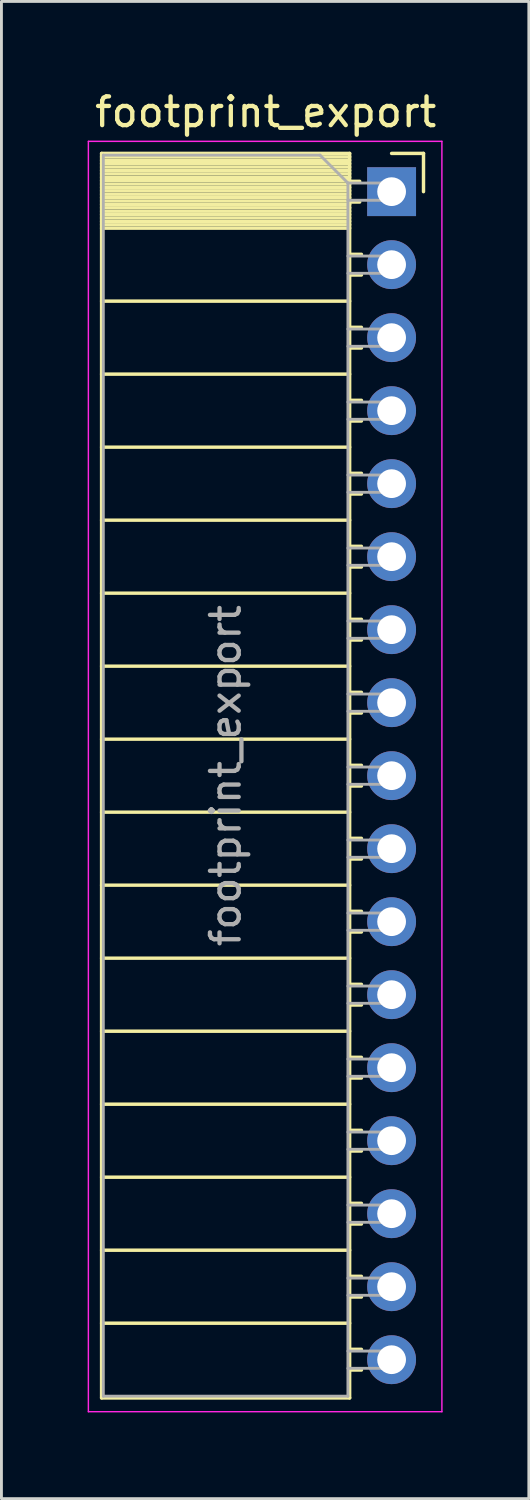
<source format=kicad_pcb>
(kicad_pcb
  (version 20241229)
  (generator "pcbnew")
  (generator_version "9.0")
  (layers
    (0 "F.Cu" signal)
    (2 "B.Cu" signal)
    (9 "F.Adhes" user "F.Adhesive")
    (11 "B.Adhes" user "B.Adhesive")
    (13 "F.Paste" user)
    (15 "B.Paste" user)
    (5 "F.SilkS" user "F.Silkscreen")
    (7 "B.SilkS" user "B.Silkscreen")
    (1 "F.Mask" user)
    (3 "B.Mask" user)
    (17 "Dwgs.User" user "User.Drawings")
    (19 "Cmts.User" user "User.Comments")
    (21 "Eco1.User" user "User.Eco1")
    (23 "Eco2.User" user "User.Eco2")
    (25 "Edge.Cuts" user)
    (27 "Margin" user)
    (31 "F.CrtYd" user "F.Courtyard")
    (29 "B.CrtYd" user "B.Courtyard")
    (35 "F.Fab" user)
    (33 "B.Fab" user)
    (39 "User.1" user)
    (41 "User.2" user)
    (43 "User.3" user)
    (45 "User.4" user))
  (footprint "footprint_export"
    (layer "F.Cu")
    (at 10.575 3.618)
    (property "Reference" "footprint_export" (at -4.38 -2.77 0) (layer "F.SilkS") (effects (font (size 1 1) (thickness 0.15))))
    (attr through_hole)
    (fp_line (start -10.09 -1.33) (end -10.09 41.97) (stroke (width 0.12) (type solid)) (layer "F.SilkS"))
    (fp_line (start -10.09 -1.33) (end -1.46 -1.33) (stroke (width 0.12) (type solid)) (layer "F.SilkS"))
    (fp_line (start -10.09 -1.21) (end -1.46 -1.21) (stroke (width 0.12) (type solid)) (layer "F.SilkS"))
    (fp_line (start -10.09 -1.092) (end -1.46 -1.092) (stroke (width 0.12) (type solid)) (layer "F.SilkS"))
    (fp_line (start -10.09 -0.974) (end -1.46 -0.974) (stroke (width 0.12) (type solid)) (layer "F.SilkS"))
    (fp_line (start -10.09 -0.856) (end -1.46 -0.856) (stroke (width 0.12) (type solid)) (layer "F.SilkS"))
    (fp_line (start -10.09 -0.738) (end -1.46 -0.738) (stroke (width 0.12) (type solid)) (layer "F.SilkS"))
    (fp_line (start -10.09 -0.62) (end -1.46 -0.62) (stroke (width 0.12) (type solid)) (layer "F.SilkS"))
    (fp_line (start -10.09 -0.501) (end -1.46 -0.501) (stroke (width 0.12) (type solid)) (layer "F.SilkS"))
    (fp_line (start -10.09 -0.383) (end -1.46 -0.383) (stroke (width 0.12) (type solid)) (layer "F.SilkS"))
    (fp_line (start -10.09 -0.265) (end -1.46 -0.265) (stroke (width 0.12) (type solid)) (layer "F.SilkS"))
    (fp_line (start -10.09 -0.147) (end -1.46 -0.147) (stroke (width 0.12) (type solid)) (layer "F.SilkS"))
    (fp_line (start -10.09 -0.029) (end -1.46 -0.029) (stroke (width 0.12) (type solid)) (layer "F.SilkS"))
    (fp_line (start -10.09 0.089) (end -1.46 0.089) (stroke (width 0.12) (type solid)) (layer "F.SilkS"))
    (fp_line (start -10.09 0.207) (end -1.46 0.207) (stroke (width 0.12) (type solid)) (layer "F.SilkS"))
    (fp_line (start -10.09 0.325) (end -1.46 0.325) (stroke (width 0.12) (type solid)) (layer "F.SilkS"))
    (fp_line (start -10.09 0.443) (end -1.46 0.443) (stroke (width 0.12) (type solid)) (layer "F.SilkS"))
    (fp_line (start -10.09 0.561) (end -1.46 0.561) (stroke (width 0.12) (type solid)) (layer "F.SilkS"))
    (fp_line (start -10.09 0.68) (end -1.46 0.68) (stroke (width 0.12) (type solid)) (layer "F.SilkS"))
    (fp_line (start -10.09 0.798) (end -1.46 0.798) (stroke (width 0.12) (type solid)) (layer "F.SilkS"))
    (fp_line (start -10.09 0.916) (end -1.46 0.916) (stroke (width 0.12) (type solid)) (layer "F.SilkS"))
    (fp_line (start -10.09 1.034) (end -1.46 1.034) (stroke (width 0.12) (type solid)) (layer "F.SilkS"))
    (fp_line (start -10.09 1.152) (end -1.46 1.152) (stroke (width 0.12) (type solid)) (layer "F.SilkS"))
    (fp_line (start -10.09 1.27) (end -1.46 1.27) (stroke (width 0.12) (type solid)) (layer "F.SilkS"))
    (fp_line (start -10.09 3.81) (end -1.46 3.81) (stroke (width 0.12) (type solid)) (layer "F.SilkS"))
    (fp_line (start -10.09 6.35) (end -1.46 6.35) (stroke (width 0.12) (type solid)) (layer "F.SilkS"))
    (fp_line (start -10.09 8.89) (end -1.46 8.89) (stroke (width 0.12) (type solid)) (layer "F.SilkS"))
    (fp_line (start -10.09 11.43) (end -1.46 11.43) (stroke (width 0.12) (type solid)) (layer "F.SilkS"))
    (fp_line (start -10.09 13.97) (end -1.46 13.97) (stroke (width 0.12) (type solid)) (layer "F.SilkS"))
    (fp_line (start -10.09 16.51) (end -1.46 16.51) (stroke (width 0.12) (type solid)) (layer "F.SilkS"))
    (fp_line (start -10.09 19.05) (end -1.46 19.05) (stroke (width 0.12) (type solid)) (layer "F.SilkS"))
    (fp_line (start -10.09 21.59) (end -1.46 21.59) (stroke (width 0.12) (type solid)) (layer "F.SilkS"))
    (fp_line (start -10.09 24.13) (end -1.46 24.13) (stroke (width 0.12) (type solid)) (layer "F.SilkS"))
    (fp_line (start -10.09 26.67) (end -1.46 26.67) (stroke (width 0.12) (type solid)) (layer "F.SilkS"))
    (fp_line (start -10.09 29.21) (end -1.46 29.21) (stroke (width 0.12) (type solid)) (layer "F.SilkS"))
    (fp_line (start -10.09 31.75) (end -1.46 31.75) (stroke (width 0.12) (type solid)) (layer "F.SilkS"))
    (fp_line (start -10.09 34.29) (end -1.46 34.29) (stroke (width 0.12) (type solid)) (layer "F.SilkS"))
    (fp_line (start -10.09 36.83) (end -1.46 36.83) (stroke (width 0.12) (type solid)) (layer "F.SilkS"))
    (fp_line (start -10.09 39.37) (end -1.46 39.37) (stroke (width 0.12) (type solid)) (layer "F.SilkS"))
    (fp_line (start -10.09 41.97) (end -1.46 41.97) (stroke (width 0.12) (type solid)) (layer "F.SilkS"))
    (fp_line (start -1.46 -1.33) (end -1.46 41.97) (stroke (width 0.12) (type solid)) (layer "F.SilkS"))
    (fp_line (start -1.46 -0.36) (end -1.11 -0.36) (stroke (width 0.12) (type solid)) (layer "F.SilkS"))
    (fp_line (start -1.46 0.36) (end -1.11 0.36) (stroke (width 0.12) (type solid)) (layer "F.SilkS"))
    (fp_line (start -1.46 2.18) (end -1.05 2.18) (stroke (width 0.12) (type solid)) (layer "F.SilkS"))
    (fp_line (start -1.46 2.9) (end -1.05 2.9) (stroke (width 0.12) (type solid)) (layer "F.SilkS"))
    (fp_line (start -1.46 4.72) (end -1.05 4.72) (stroke (width 0.12) (type solid)) (layer "F.SilkS"))
    (fp_line (start -1.46 5.44) (end -1.05 5.44) (stroke (width 0.12) (type solid)) (layer "F.SilkS"))
    (fp_line (start -1.46 7.26) (end -1.05 7.26) (stroke (width 0.12) (type solid)) (layer "F.SilkS"))
    (fp_line (start -1.46 7.98) (end -1.05 7.98) (stroke (width 0.12) (type solid)) (layer "F.SilkS"))
    (fp_line (start -1.46 9.8) (end -1.05 9.8) (stroke (width 0.12) (type solid)) (layer "F.SilkS"))
    (fp_line (start -1.46 10.52) (end -1.05 10.52) (stroke (width 0.12) (type solid)) (layer "F.SilkS"))
    (fp_line (start -1.46 12.34) (end -1.05 12.34) (stroke (width 0.12) (type solid)) (layer "F.SilkS"))
    (fp_line (start -1.46 13.06) (end -1.05 13.06) (stroke (width 0.12) (type solid)) (layer "F.SilkS"))
    (fp_line (start -1.46 14.88) (end -1.05 14.88) (stroke (width 0.12) (type solid)) (layer "F.SilkS"))
    (fp_line (start -1.46 15.6) (end -1.05 15.6) (stroke (width 0.12) (type solid)) (layer "F.SilkS"))
    (fp_line (start -1.46 17.42) (end -1.05 17.42) (stroke (width 0.12) (type solid)) (layer "F.SilkS"))
    (fp_line (start -1.46 18.14) (end -1.05 18.14) (stroke (width 0.12) (type solid)) (layer "F.SilkS"))
    (fp_line (start -1.46 19.96) (end -1.05 19.96) (stroke (width 0.12) (type solid)) (layer "F.SilkS"))
    (fp_line (start -1.46 20.68) (end -1.05 20.68) (stroke (width 0.12) (type solid)) (layer "F.SilkS"))
    (fp_line (start -1.46 22.5) (end -1.05 22.5) (stroke (width 0.12) (type solid)) (layer "F.SilkS"))
    (fp_line (start -1.46 23.22) (end -1.05 23.22) (stroke (width 0.12) (type solid)) (layer "F.SilkS"))
    (fp_line (start -1.46 25.04) (end -1.05 25.04) (stroke (width 0.12) (type solid)) (layer "F.SilkS"))
    (fp_line (start -1.46 25.76) (end -1.05 25.76) (stroke (width 0.12) (type solid)) (layer "F.SilkS"))
    (fp_line (start -1.46 27.58) (end -1.05 27.58) (stroke (width 0.12) (type solid)) (layer "F.SilkS"))
    (fp_line (start -1.46 28.3) (end -1.05 28.3) (stroke (width 0.12) (type solid)) (layer "F.SilkS"))
    (fp_line (start -1.46 30.12) (end -1.05 30.12) (stroke (width 0.12) (type solid)) (layer "F.SilkS"))
    (fp_line (start -1.46 30.84) (end -1.05 30.84) (stroke (width 0.12) (type solid)) (layer "F.SilkS"))
    (fp_line (start -1.46 32.66) (end -1.05 32.66) (stroke (width 0.12) (type solid)) (layer "F.SilkS"))
    (fp_line (start -1.46 33.38) (end -1.05 33.38) (stroke (width 0.12) (type solid)) (layer "F.SilkS"))
    (fp_line (start -1.46 35.2) (end -1.05 35.2) (stroke (width 0.12) (type solid)) (layer "F.SilkS"))
    (fp_line (start -1.46 35.92) (end -1.05 35.92) (stroke (width 0.12) (type solid)) (layer "F.SilkS"))
    (fp_line (start -1.46 37.74) (end -1.05 37.74) (stroke (width 0.12) (type solid)) (layer "F.SilkS"))
    (fp_line (start -1.46 38.46) (end -1.05 38.46) (stroke (width 0.12) (type solid)) (layer "F.SilkS"))
    (fp_line (start -1.46 40.28) (end -1.05 40.28) (stroke (width 0.12) (type solid)) (layer "F.SilkS"))
    (fp_line (start -1.46 41) (end -1.05 41) (stroke (width 0.12) (type solid)) (layer "F.SilkS"))
    (fp_line (start 0 -1.33) (end 1.11 -1.33) (stroke (width 0.12) (type solid)) (layer "F.SilkS"))
    (fp_line (start 1.11 -1.33) (end 1.11 0) (stroke (width 0.12) (type solid)) (layer "F.SilkS"))
    (fp_line (start -10.55 -1.75) (end -10.55 42.45) (stroke (width 0.05) (type solid)) (layer "F.CrtYd"))
    (fp_line (start -10.55 42.45) (end 1.75 42.45) (stroke (width 0.05) (type solid)) (layer "F.CrtYd"))
    (fp_line (start 1.75 -1.75) (end -10.55 -1.75) (stroke (width 0.05) (type solid)) (layer "F.CrtYd"))
    (fp_line (start 1.75 42.45) (end 1.75 -1.75) (stroke (width 0.05) (type solid)) (layer "F.CrtYd"))
    (fp_line (start -10.03 -1.27) (end -2.49 -1.27) (stroke (width 0.1) (type solid)) (layer "F.Fab"))
    (fp_line (start -10.03 41.91) (end -10.03 -1.27) (stroke (width 0.1) (type solid)) (layer "F.Fab"))
    (fp_line (start -2.49 -1.27) (end -1.52 -0.3) (stroke (width 0.1) (type solid)) (layer "F.Fab"))
    (fp_line (start -1.52 -0.3) (end -1.52 41.91) (stroke (width 0.1) (type solid)) (layer "F.Fab"))
    (fp_line (start -1.52 0.3) (end 0 0.3) (stroke (width 0.1) (type solid)) (layer "F.Fab"))
    (fp_line (start -1.52 2.84) (end 0 2.84) (stroke (width 0.1) (type solid)) (layer "F.Fab"))
    (fp_line (start -1.52 5.38) (end 0 5.38) (stroke (width 0.1) (type solid)) (layer "F.Fab"))
    (fp_line (start -1.52 7.92) (end 0 7.92) (stroke (width 0.1) (type solid)) (layer "F.Fab"))
    (fp_line (start -1.52 10.46) (end 0 10.46) (stroke (width 0.1) (type solid)) (layer "F.Fab"))
    (fp_line (start -1.52 13) (end 0 13) (stroke (width 0.1) (type solid)) (layer "F.Fab"))
    (fp_line (start -1.52 15.54) (end 0 15.54) (stroke (width 0.1) (type solid)) (layer "F.Fab"))
    (fp_line (start -1.52 18.08) (end 0 18.08) (stroke (width 0.1) (type solid)) (layer "F.Fab"))
    (fp_line (start -1.52 20.62) (end 0 20.62) (stroke (width 0.1) (type solid)) (layer "F.Fab"))
    (fp_line (start -1.52 23.16) (end 0 23.16) (stroke (width 0.1) (type solid)) (layer "F.Fab"))
    (fp_line (start -1.52 25.7) (end 0 25.7) (stroke (width 0.1) (type solid)) (layer "F.Fab"))
    (fp_line (start -1.52 28.24) (end 0 28.24) (stroke (width 0.1) (type solid)) (layer "F.Fab"))
    (fp_line (start -1.52 30.78) (end 0 30.78) (stroke (width 0.1) (type solid)) (layer "F.Fab"))
    (fp_line (start -1.52 33.32) (end 0 33.32) (stroke (width 0.1) (type solid)) (layer "F.Fab"))
    (fp_line (start -1.52 35.86) (end 0 35.86) (stroke (width 0.1) (type solid)) (layer "F.Fab"))
    (fp_line (start -1.52 38.4) (end 0 38.4) (stroke (width 0.1) (type solid)) (layer "F.Fab"))
    (fp_line (start -1.52 40.94) (end 0 40.94) (stroke (width 0.1) (type solid)) (layer "F.Fab"))
    (fp_line (start -1.52 41.91) (end -10.03 41.91) (stroke (width 0.1) (type solid)) (layer "F.Fab"))
    (fp_line (start 0 -0.3) (end -1.52 -0.3) (stroke (width 0.1) (type solid)) (layer "F.Fab"))
    (fp_line (start 0 0.3) (end 0 -0.3) (stroke (width 0.1) (type solid)) (layer "F.Fab"))
    (fp_line (start 0 2.24) (end -1.52 2.24) (stroke (width 0.1) (type solid)) (layer "F.Fab"))
    (fp_line (start 0 2.84) (end 0 2.24) (stroke (width 0.1) (type solid)) (layer "F.Fab"))
    (fp_line (start 0 4.78) (end -1.52 4.78) (stroke (width 0.1) (type solid)) (layer "F.Fab"))
    (fp_line (start 0 5.38) (end 0 4.78) (stroke (width 0.1) (type solid)) (layer "F.Fab"))
    (fp_line (start 0 7.32) (end -1.52 7.32) (stroke (width 0.1) (type solid)) (layer "F.Fab"))
    (fp_line (start 0 7.92) (end 0 7.32) (stroke (width 0.1) (type solid)) (layer "F.Fab"))
    (fp_line (start 0 9.86) (end -1.52 9.86) (stroke (width 0.1) (type solid)) (layer "F.Fab"))
    (fp_line (start 0 10.46) (end 0 9.86) (stroke (width 0.1) (type solid)) (layer "F.Fab"))
    (fp_line (start 0 12.4) (end -1.52 12.4) (stroke (width 0.1) (type solid)) (layer "F.Fab"))
    (fp_line (start 0 13) (end 0 12.4) (stroke (width 0.1) (type solid)) (layer "F.Fab"))
    (fp_line (start 0 14.94) (end -1.52 14.94) (stroke (width 0.1) (type solid)) (layer "F.Fab"))
    (fp_line (start 0 15.54) (end 0 14.94) (stroke (width 0.1) (type solid)) (layer "F.Fab"))
    (fp_line (start 0 17.48) (end -1.52 17.48) (stroke (width 0.1) (type solid)) (layer "F.Fab"))
    (fp_line (start 0 18.08) (end 0 17.48) (stroke (width 0.1) (type solid)) (layer "F.Fab"))
    (fp_line (start 0 20.02) (end -1.52 20.02) (stroke (width 0.1) (type solid)) (layer "F.Fab"))
    (fp_line (start 0 20.62) (end 0 20.02) (stroke (width 0.1) (type solid)) (layer "F.Fab"))
    (fp_line (start 0 22.56) (end -1.52 22.56) (stroke (width 0.1) (type solid)) (layer "F.Fab"))
    (fp_line (start 0 23.16) (end 0 22.56) (stroke (width 0.1) (type solid)) (layer "F.Fab"))
    (fp_line (start 0 25.1) (end -1.52 25.1) (stroke (width 0.1) (type solid)) (layer "F.Fab"))
    (fp_line (start 0 25.7) (end 0 25.1) (stroke (width 0.1) (type solid)) (layer "F.Fab"))
    (fp_line (start 0 27.64) (end -1.52 27.64) (stroke (width 0.1) (type solid)) (layer "F.Fab"))
    (fp_line (start 0 28.24) (end 0 27.64) (stroke (width 0.1) (type solid)) (layer "F.Fab"))
    (fp_line (start 0 30.18) (end -1.52 30.18) (stroke (width 0.1) (type solid)) (layer "F.Fab"))
    (fp_line (start 0 30.78) (end 0 30.18) (stroke (width 0.1) (type solid)) (layer "F.Fab"))
    (fp_line (start 0 32.72) (end -1.52 32.72) (stroke (width 0.1) (type solid)) (layer "F.Fab"))
    (fp_line (start 0 33.32) (end 0 32.72) (stroke (width 0.1) (type solid)) (layer "F.Fab"))
    (fp_line (start 0 35.26) (end -1.52 35.26) (stroke (width 0.1) (type solid)) (layer "F.Fab"))
    (fp_line (start 0 35.86) (end 0 35.26) (stroke (width 0.1) (type solid)) (layer "F.Fab"))
    (fp_line (start 0 37.8) (end -1.52 37.8) (stroke (width 0.1) (type solid)) (layer "F.Fab"))
    (fp_line (start 0 38.4) (end 0 37.8) (stroke (width 0.1) (type solid)) (layer "F.Fab"))
    (fp_line (start 0 40.34) (end -1.52 40.34) (stroke (width 0.1) (type solid)) (layer "F.Fab"))
    (fp_line (start 0 40.94) (end 0 40.34) (stroke (width 0.1) (type solid)) (layer "F.Fab"))
    (fp_text user "${REFERENCE}" (at -5.775 20.32 90) (layer "F.Fab") (effects (font (size 1 1) (thickness 0.15))))
    (pad "1" thru_hole rect (at 0 0) (size 1.7 1.7) (drill 1) (layers "*.Cu" "*.Mask"))
    (pad "2" thru_hole oval (at 0 2.54) (size 1.7 1.7) (drill 1) (layers "*.Cu" "*.Mask"))
    (pad "3" thru_hole oval (at 0 5.08) (size 1.7 1.7) (drill 1) (layers "*.Cu" "*.Mask"))
    (pad "4" thru_hole oval (at 0 7.62) (size 1.7 1.7) (drill 1) (layers "*.Cu" "*.Mask"))
    (pad "5" thru_hole oval (at 0 10.16) (size 1.7 1.7) (drill 1) (layers "*.Cu" "*.Mask"))
    (pad "6" thru_hole oval (at 0 12.7) (size 1.7 1.7) (drill 1) (layers "*.Cu" "*.Mask"))
    (pad "7" thru_hole oval (at 0 15.24) (size 1.7 1.7) (drill 1) (layers "*.Cu" "*.Mask"))
    (pad "8" thru_hole oval (at 0 17.78) (size 1.7 1.7) (drill 1) (layers "*.Cu" "*.Mask"))
    (pad "9" thru_hole oval (at 0 20.32) (size 1.7 1.7) (drill 1) (layers "*.Cu" "*.Mask"))
    (pad "10" thru_hole oval (at 0 22.86) (size 1.7 1.7) (drill 1) (layers "*.Cu" "*.Mask"))
    (pad "11" thru_hole oval (at 0 25.4) (size 1.7 1.7) (drill 1) (layers "*.Cu" "*.Mask"))
    (pad "12" thru_hole oval (at 0 27.94) (size 1.7 1.7) (drill 1) (layers "*.Cu" "*.Mask"))
    (pad "13" thru_hole oval (at 0 30.48) (size 1.7 1.7) (drill 1) (layers "*.Cu" "*.Mask"))
    (pad "14" thru_hole oval (at 0 33.02) (size 1.7 1.7) (drill 1) (layers "*.Cu" "*.Mask"))
    (pad "15" thru_hole oval (at 0 35.56) (size 1.7 1.7) (drill 1) (layers "*.Cu" "*.Mask"))
    (pad "16" thru_hole oval (at 0 38.1) (size 1.7 1.7) (drill 1) (layers "*.Cu" "*.Mask"))
    (pad "17" thru_hole oval (at 0 40.64) (size 1.7 1.7) (drill 1) (layers "*.Cu" "*.Mask")))
  (gr_rect
    (start -3 -3)
    (end 15.35 49.093)
    (stroke (width 0.1) (type default))
    (fill no)
    (layer "Edge.Cuts")))
</source>
